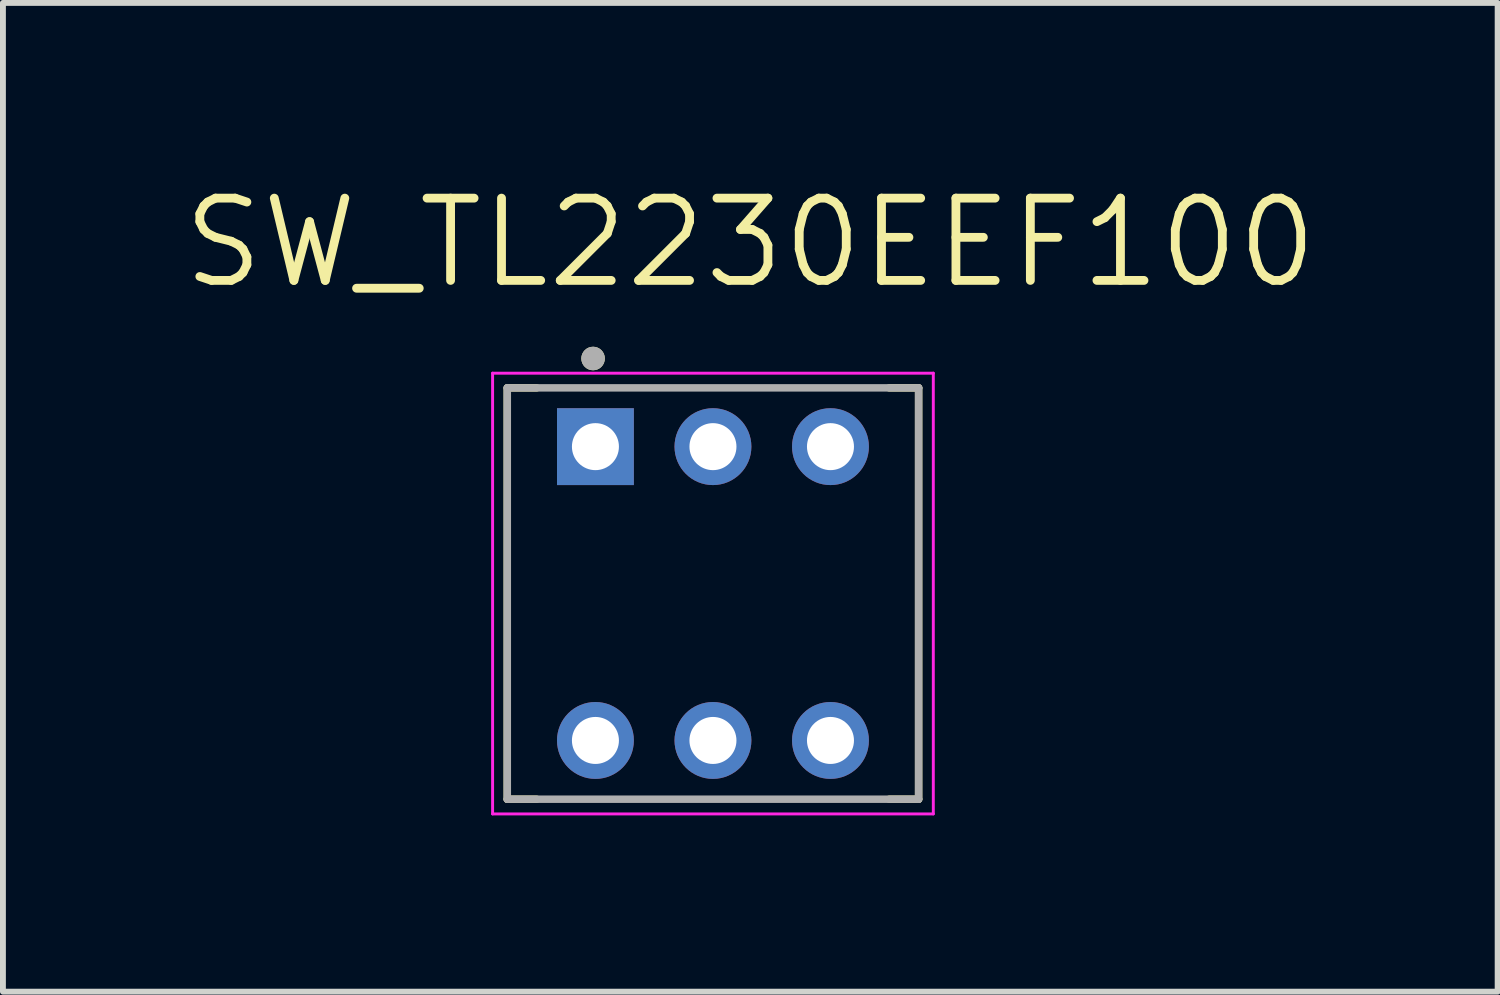
<source format=kicad_pcb>
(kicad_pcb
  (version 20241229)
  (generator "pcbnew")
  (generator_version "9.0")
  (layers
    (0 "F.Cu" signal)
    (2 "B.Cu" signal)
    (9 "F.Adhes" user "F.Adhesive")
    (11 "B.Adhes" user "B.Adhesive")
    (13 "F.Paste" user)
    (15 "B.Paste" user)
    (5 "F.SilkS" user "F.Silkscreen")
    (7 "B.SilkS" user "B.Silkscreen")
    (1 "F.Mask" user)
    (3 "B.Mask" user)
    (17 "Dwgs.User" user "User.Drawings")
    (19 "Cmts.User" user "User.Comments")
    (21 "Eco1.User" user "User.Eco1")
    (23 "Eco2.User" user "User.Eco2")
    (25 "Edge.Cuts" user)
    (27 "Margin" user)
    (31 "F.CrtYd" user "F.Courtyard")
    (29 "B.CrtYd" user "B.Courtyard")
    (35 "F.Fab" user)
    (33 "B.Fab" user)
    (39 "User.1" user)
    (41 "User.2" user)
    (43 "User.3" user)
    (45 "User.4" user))
  (footprint "SW_TL2230EEF100"
    (layer "F.Cu")
    (at 9.083 7.051)
    (property "Reference" "SW_TL2230EEF100" (at 0.635 -5.969 0) (layer "F.SilkS") (effects (font (size 1.4 1.4) (thickness 0.15))))
    (attr through_hole)
    (fp_line (start -3.5 -3.5) (end -3 -3.5) (stroke (width 0.127) (type solid)) (layer "F.SilkS"))
    (fp_line (start -3.5 3.5) (end -3.5 -3.5) (stroke (width 0.127) (type solid)) (layer "F.SilkS"))
    (fp_line (start -3.5 3.5) (end -3 3.5) (stroke (width 0.127) (type solid)) (layer "F.SilkS"))
    (fp_line (start 3 -3.5) (end 3.5 -3.5) (stroke (width 0.127) (type solid)) (layer "F.SilkS"))
    (fp_line (start 3 3.5) (end 3.5 3.5) (stroke (width 0.127) (type solid)) (layer "F.SilkS"))
    (fp_line (start 3.5 -3.5) (end 3.5 3.5) (stroke (width 0.127) (type solid)) (layer "F.SilkS"))
    (fp_circle (center -2.04 -4) (end -1.94 -4) (stroke (width 0.2) (type solid)) (fill no) (layer "F.SilkS"))
    (fp_line (start -3.75 -3.75) (end 3.75 -3.75) (stroke (width 0.05) (type solid)) (layer "F.CrtYd"))
    (fp_line (start -3.75 3.75) (end -3.75 -3.75) (stroke (width 0.05) (type solid)) (layer "F.CrtYd"))
    (fp_line (start 3.75 -3.75) (end 3.75 3.75) (stroke (width 0.05) (type solid)) (layer "F.CrtYd"))
    (fp_line (start 3.75 3.75) (end -3.75 3.75) (stroke (width 0.05) (type solid)) (layer "F.CrtYd"))
    (fp_line (start -3.5 -3.5) (end 3.5 -3.5) (stroke (width 0.127) (type solid)) (layer "F.Fab"))
    (fp_line (start -3.5 3.5) (end -3.5 -3.5) (stroke (width 0.127) (type solid)) (layer "F.Fab"))
    (fp_line (start 3.5 -3.5) (end 3.5 3.5) (stroke (width 0.127) (type solid)) (layer "F.Fab"))
    (fp_line (start 3.5 3.5) (end -3.5 3.5) (stroke (width 0.127) (type solid)) (layer "F.Fab"))
    (fp_circle (center -2.04 -4) (end -1.94 -4) (stroke (width 0.2) (type solid)) (fill no) (layer "F.Fab"))
    (pad "1" thru_hole rect (at -2 -2.5) (size 1.308 1.308) (drill 0.8) (layers "*.Cu" "*.Mask"))
    (pad "2" thru_hole circle (at 0 -2.5) (size 1.308 1.308) (drill 0.8) (layers "*.Cu" "*.Mask"))
    (pad "3" thru_hole circle (at 2 -2.5) (size 1.308 1.308) (drill 0.8) (layers "*.Cu" "*.Mask"))
    (pad "4" thru_hole circle (at -2 2.5) (size 1.308 1.308) (drill 0.8) (layers "*.Cu" "*.Mask"))
    (pad "5" thru_hole circle (at 0 2.5) (size 1.308 1.308) (drill 0.8) (layers "*.Cu" "*.Mask"))
    (pad "6" thru_hole circle (at 2 2.5) (size 1.308 1.308) (drill 0.8) (layers "*.Cu" "*.Mask")))
  (gr_rect
    (start -3 -3)
    (end 22.437 13.826)
    (stroke (width 0.1) (type default))
    (fill no)
    (layer "Edge.Cuts")))
</source>
